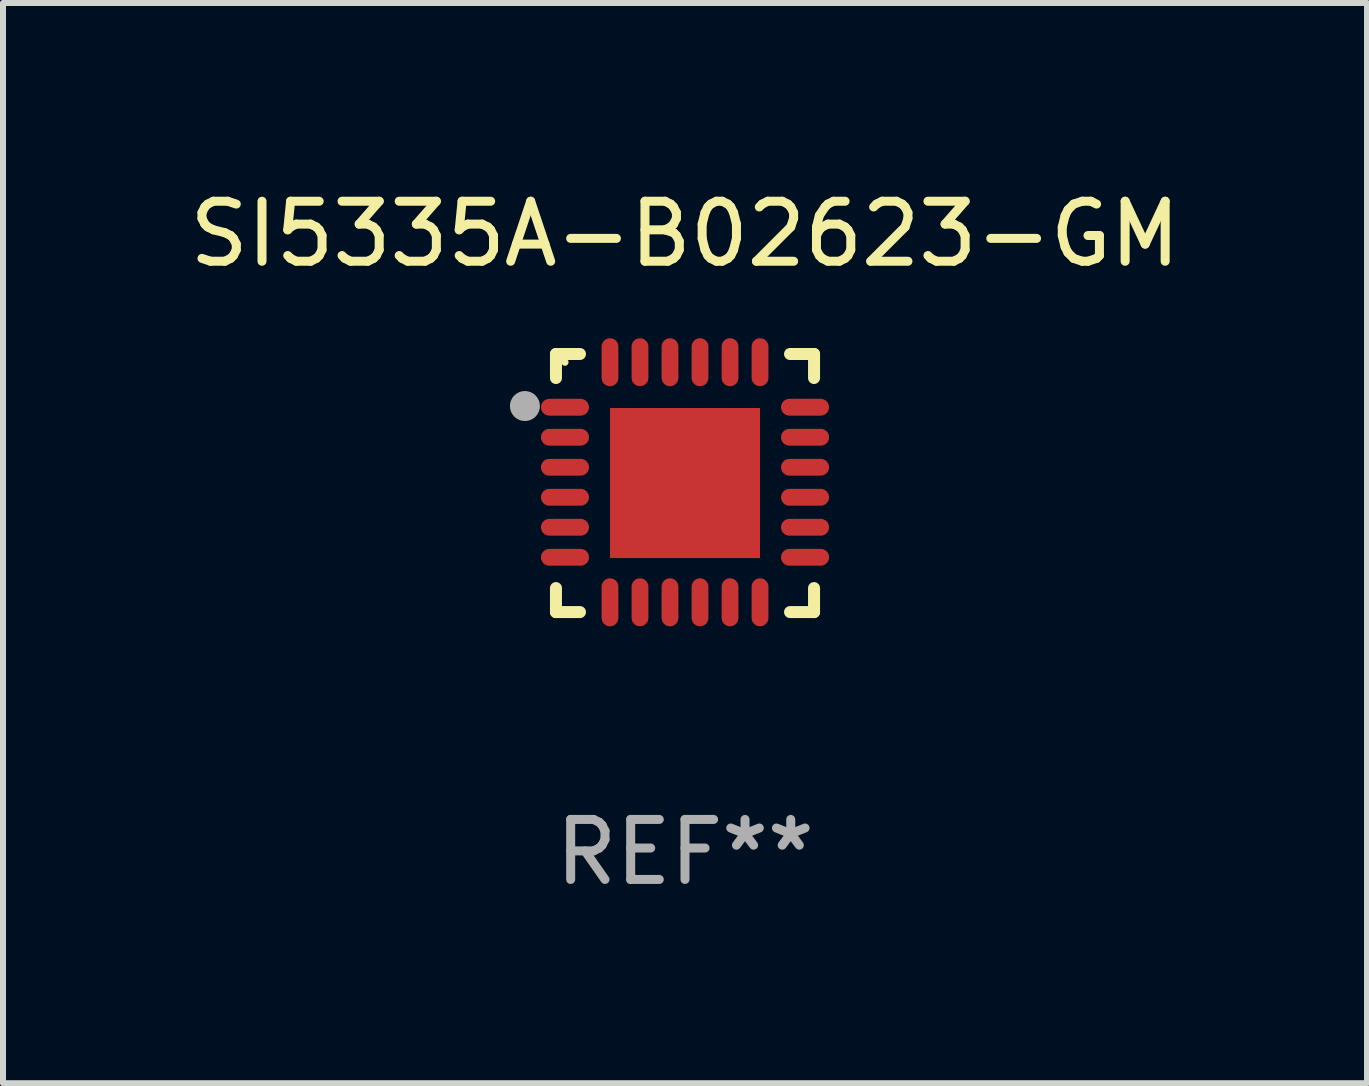
<source format=kicad_pcb>
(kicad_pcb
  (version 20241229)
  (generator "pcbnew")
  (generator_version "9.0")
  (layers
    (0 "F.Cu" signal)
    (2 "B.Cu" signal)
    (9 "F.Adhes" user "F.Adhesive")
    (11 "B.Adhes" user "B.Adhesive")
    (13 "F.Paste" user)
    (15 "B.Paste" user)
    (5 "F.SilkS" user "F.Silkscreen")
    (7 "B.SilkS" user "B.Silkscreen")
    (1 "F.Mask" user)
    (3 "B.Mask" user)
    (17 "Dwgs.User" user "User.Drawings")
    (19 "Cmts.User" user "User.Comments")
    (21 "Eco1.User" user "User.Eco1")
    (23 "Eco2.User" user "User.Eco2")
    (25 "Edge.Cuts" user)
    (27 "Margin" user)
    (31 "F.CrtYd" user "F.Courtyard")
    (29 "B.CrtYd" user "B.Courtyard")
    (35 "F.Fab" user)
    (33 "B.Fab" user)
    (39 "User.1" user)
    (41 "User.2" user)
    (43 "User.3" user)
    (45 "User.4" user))
  (footprint "SI5335A-B02623-GM"
    (layer "F.Cu")
    (at 8.363 4.998)
    (property "Reference" "SI5335A-B02623-GM" (at 0 -4.15 0) (layer "F.SilkS") (effects (font (size 1 1) (thickness 0.15))))
    (attr through_hole)
    (fp_line (start -2.15 -2.15) (end -1.75 -2.15) (stroke (width 0.2) (type solid)) (layer "F.SilkS"))
    (fp_line (start -2.15 -1.75) (end -2.15 -2.15) (stroke (width 0.2) (type solid)) (layer "F.SilkS"))
    (fp_line (start -2.15 2.15) (end -2.15 1.75) (stroke (width 0.2) (type solid)) (layer "F.SilkS"))
    (fp_line (start -1.75 2.15) (end -2.15 2.15) (stroke (width 0.2) (type solid)) (layer "F.SilkS"))
    (fp_line (start 1.75 -2.15) (end 2.15 -2.15) (stroke (width 0.2) (type solid)) (layer "F.SilkS"))
    (fp_line (start 1.75 2.15) (end 2.15 2.15) (stroke (width 0.2) (type solid)) (layer "F.SilkS"))
    (fp_line (start 2.15 -2.15) (end 2.15 -1.75) (stroke (width 0.2) (type solid)) (layer "F.SilkS"))
    (fp_line (start 2.15 2.15) (end 2.15 1.75) (stroke (width 0.2) (type solid)) (layer "F.SilkS"))
    (fp_circle (center -2 -2.013) (end -1.97 -2.013) (stroke (width 0.06) (type solid)) (fill no) (layer "F.SilkS"))
    (fp_circle (center -2.667 -1.283) (end -2.542 -1.283) (stroke (width 0.25) (type solid)) (fill no) (layer "F.Fab"))
    (fp_text user "REF**" (at 0 6.15 0) (layer "F.Fab") (effects (font (size 1 1) (thickness 0.15))))
    (pad "1" smd oval (at -2 -1.263) (size 0.8 0.28) (layers "F.Cu" "F.Mask" "F.Paste"))
    (pad "2" smd oval (at -2 -0.763) (size 0.8 0.28) (layers "F.Cu" "F.Mask" "F.Paste"))
    (pad "3" smd oval (at -2 -0.263) (size 0.8 0.28) (layers "F.Cu" "F.Mask" "F.Paste"))
    (pad "4" smd oval (at -2 0.237) (size 0.8 0.28) (layers "F.Cu" "F.Mask" "F.Paste"))
    (pad "5" smd oval (at -2 0.737) (size 0.8 0.28) (layers "F.Cu" "F.Mask" "F.Paste"))
    (pad "6" smd oval (at -2 1.237) (size 0.8 0.28) (layers "F.Cu" "F.Mask" "F.Paste"))
    (pad "7" smd oval (at -1.25 1.987) (size 0.28 0.8) (layers "F.Cu" "F.Mask" "F.Paste"))
    (pad "8" smd oval (at -0.75 1.987) (size 0.28 0.8) (layers "F.Cu" "F.Mask" "F.Paste"))
    (pad "9" smd oval (at -0.25 1.987) (size 0.28 0.8) (layers "F.Cu" "F.Mask" "F.Paste"))
    (pad "10" smd oval (at 0.25 1.987) (size 0.28 0.8) (layers "F.Cu" "F.Mask" "F.Paste"))
    (pad "11" smd oval (at 0.75 1.987) (size 0.28 0.8) (layers "F.Cu" "F.Mask" "F.Paste"))
    (pad "12" smd oval (at 1.25 1.987) (size 0.28 0.8) (layers "F.Cu" "F.Mask" "F.Paste"))
    (pad "13" smd oval (at 2 1.237) (size 0.8 0.28) (layers "F.Cu" "F.Mask" "F.Paste"))
    (pad "14" smd oval (at 2 0.737) (size 0.8 0.28) (layers "F.Cu" "F.Mask" "F.Paste"))
    (pad "15" smd oval (at 2 0.237) (size 0.8 0.28) (layers "F.Cu" "F.Mask" "F.Paste"))
    (pad "16" smd oval (at 2 -0.263) (size 0.8 0.28) (layers "F.Cu" "F.Mask" "F.Paste"))
    (pad "17" smd oval (at 2 -0.763) (size 0.8 0.28) (layers "F.Cu" "F.Mask" "F.Paste"))
    (pad "18" smd oval (at 2 -1.263) (size 0.8 0.28) (layers "F.Cu" "F.Mask" "F.Paste"))
    (pad "19" smd oval (at 1.25 -2.013) (size 0.28 0.8) (layers "F.Cu" "F.Mask" "F.Paste"))
    (pad "20" smd oval (at 0.75 -2.013) (size 0.28 0.8) (layers "F.Cu" "F.Mask" "F.Paste"))
    (pad "21" smd oval (at 0.25 -2.013) (size 0.28 0.8) (layers "F.Cu" "F.Mask" "F.Paste"))
    (pad "22" smd oval (at -0.25 -2.013) (size 0.28 0.8) (layers "F.Cu" "F.Mask" "F.Paste"))
    (pad "23" smd oval (at -0.75 -2.013) (size 0.28 0.8) (layers "F.Cu" "F.Mask" "F.Paste"))
    (pad "24" smd oval (at -1.25 -2.013) (size 0.28 0.8) (layers "F.Cu" "F.Mask" "F.Paste"))
    (pad "25" smd rect (at -0.000127 -0.00014) (size 2.5 2.5) (layers "F.Cu" "F.Mask" "F.Paste")))
  (gr_rect
    (start -3 -3)
    (end 19.726 14.997)
    (stroke (width 0.1) (type default))
    (fill no)
    (layer "Edge.Cuts")))
</source>
